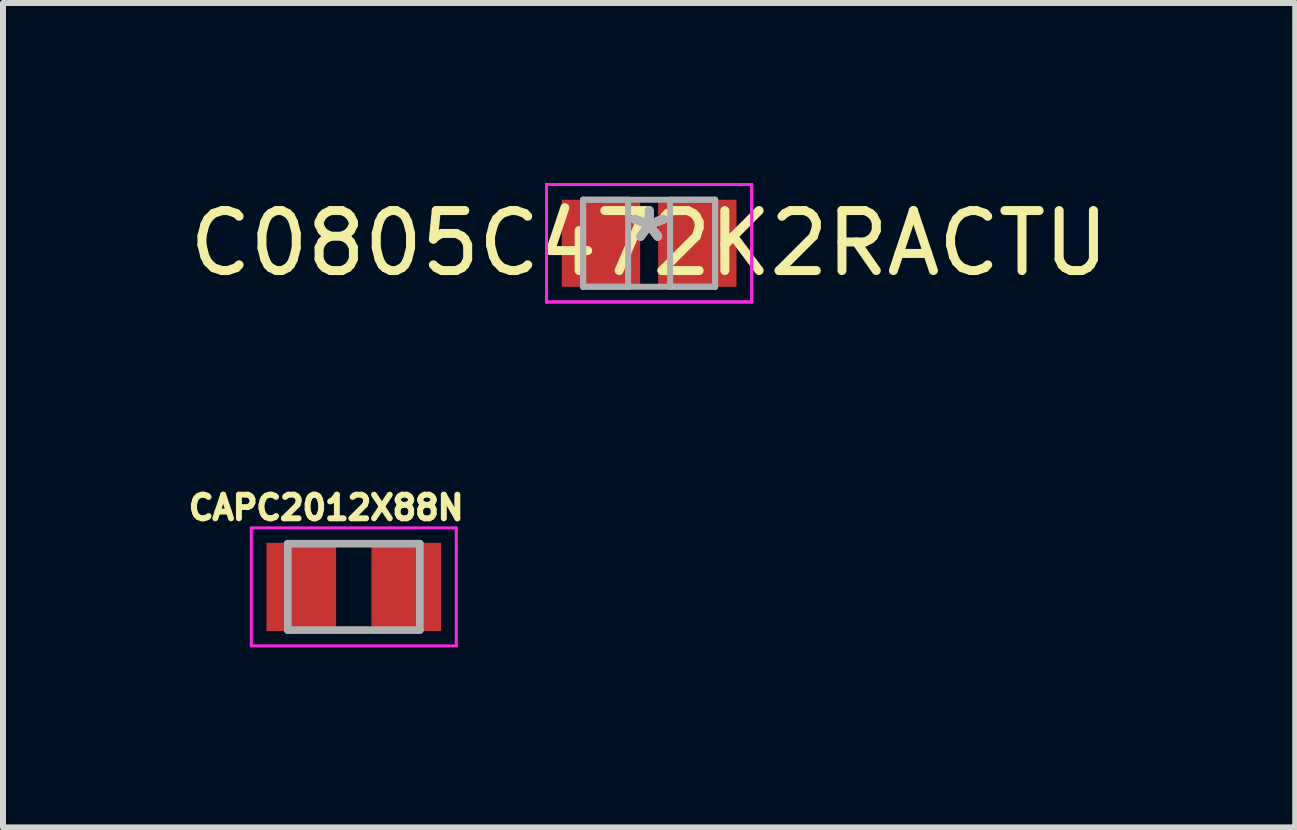
<source format=kicad_pcb>
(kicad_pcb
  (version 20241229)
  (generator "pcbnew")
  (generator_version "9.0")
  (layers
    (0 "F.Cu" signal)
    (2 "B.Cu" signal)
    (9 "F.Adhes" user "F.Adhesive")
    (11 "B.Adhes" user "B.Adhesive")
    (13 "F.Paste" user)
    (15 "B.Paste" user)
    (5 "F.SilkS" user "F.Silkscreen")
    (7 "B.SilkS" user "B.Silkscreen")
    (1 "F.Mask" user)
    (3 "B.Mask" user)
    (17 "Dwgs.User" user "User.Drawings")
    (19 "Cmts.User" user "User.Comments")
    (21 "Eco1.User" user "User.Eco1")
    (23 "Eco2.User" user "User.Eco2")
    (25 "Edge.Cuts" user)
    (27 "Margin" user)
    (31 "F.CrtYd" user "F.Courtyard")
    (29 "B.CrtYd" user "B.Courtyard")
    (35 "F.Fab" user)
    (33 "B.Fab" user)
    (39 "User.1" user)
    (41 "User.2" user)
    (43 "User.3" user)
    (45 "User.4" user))
  (footprint "CAPC2012X88N"
    (layer "F.Cu")
    (at 2.846 6.731)
    (property "Reference" "CAPC2012X88N" (at -0.46 -1.32 0) (layer "F.SilkS") (effects (font (size 0.394 0.394) (thickness 0.15))))
    (attr through_hole)
    (fp_line (start -1.708 -0.983) (end 1.708 -0.983) (stroke (width 0.05) (type solid)) (layer "F.CrtYd"))
    (fp_line (start -1.708 0.983) (end -1.708 -0.983) (stroke (width 0.05) (type solid)) (layer "F.CrtYd"))
    (fp_line (start -1.708 0.983) (end 1.708 0.983) (stroke (width 0.05) (type solid)) (layer "F.CrtYd"))
    (fp_line (start 1.708 0.983) (end 1.708 -0.983) (stroke (width 0.05) (type solid)) (layer "F.CrtYd"))
    (fp_line (start -1.1 0.72) (end -1.1 -0.72) (stroke (width 0.127) (type solid)) (layer "F.Fab"))
    (fp_line (start 1.1 -0.72) (end -1.1 -0.72) (stroke (width 0.127) (type solid)) (layer "F.Fab"))
    (fp_line (start 1.1 0.72) (end -1.1 0.72) (stroke (width 0.127) (type solid)) (layer "F.Fab"))
    (fp_line (start 1.1 0.72) (end 1.1 -0.72) (stroke (width 0.127) (type solid)) (layer "F.Fab"))
    (pad "1" smd rect (at -0.875 0) (size 1.16 1.47) (layers "F.Cu" "F.Mask" "F.Paste"))
    (pad "2" smd rect (at 0.875 0) (size 1.16 1.47) (layers "F.Cu" "F.Mask" "F.Paste")))
  (footprint "C0805C472K2RACTU"
    (layer "F.Cu")
    (at 7.768 1.004)
    (property "Reference" "C0805C472K2RACTU" (at 0 0 0) (layer "F.SilkS") (effects (font (size 1 1) (thickness 0.15))))
    (attr through_hole)
    (fp_line (start -1.71 -0.979) (end 1.71 -0.979) (stroke (width 0.05) (type solid)) (layer "F.CrtYd"))
    (fp_line (start -1.71 -0.979) (end 1.71 -0.979) (stroke (width 0.05) (type solid)) (layer "F.CrtYd"))
    (fp_line (start -1.71 0.979) (end -1.71 -0.979) (stroke (width 0.05) (type solid)) (layer "F.CrtYd"))
    (fp_line (start -1.71 0.979) (end -1.71 -0.979) (stroke (width 0.05) (type solid)) (layer "F.CrtYd"))
    (fp_line (start 1.71 -0.979) (end 1.71 0.979) (stroke (width 0.05) (type solid)) (layer "F.CrtYd"))
    (fp_line (start 1.71 -0.979) (end 1.71 0.979) (stroke (width 0.05) (type solid)) (layer "F.CrtYd"))
    (fp_line (start 1.71 0.979) (end -1.71 0.979) (stroke (width 0.05) (type solid)) (layer "F.CrtYd"))
    (fp_line (start 1.71 0.979) (end -1.71 0.979) (stroke (width 0.05) (type solid)) (layer "F.CrtYd"))
    (fp_line (start -1.1 -0.725) (end -1.1 0.725) (stroke (width 0.1) (type solid)) (layer "F.Fab"))
    (fp_line (start -1.1 -0.725) (end -1.1 0.725) (stroke (width 0.1) (type solid)) (layer "F.Fab"))
    (fp_line (start -1.1 0.725) (end -0.35 0.725) (stroke (width 0.1) (type solid)) (layer "F.Fab"))
    (fp_line (start -1.1 0.725) (end 1.1 0.725) (stroke (width 0.1) (type solid)) (layer "F.Fab"))
    (fp_line (start -0.35 -0.725) (end -1.1 -0.725) (stroke (width 0.1) (type solid)) (layer "F.Fab"))
    (fp_line (start -0.35 0.725) (end -0.35 -0.725) (stroke (width 0.1) (type solid)) (layer "F.Fab"))
    (fp_line (start 0.35 -0.725) (end 0.35 0.725) (stroke (width 0.1) (type solid)) (layer "F.Fab"))
    (fp_line (start 0.35 0.725) (end 1.1 0.725) (stroke (width 0.1) (type solid)) (layer "F.Fab"))
    (fp_line (start 1.1 -0.725) (end -1.1 -0.725) (stroke (width 0.1) (type solid)) (layer "F.Fab"))
    (fp_line (start 1.1 -0.725) (end 0.35 -0.725) (stroke (width 0.1) (type solid)) (layer "F.Fab"))
    (fp_line (start 1.1 0.725) (end 1.1 -0.725) (stroke (width 0.1) (type solid)) (layer "F.Fab"))
    (fp_line (start 1.1 0.725) (end 1.1 -0.725) (stroke (width 0.1) (type solid)) (layer "F.Fab"))
    (fp_text user "*" (at 0 0 0) (layer "F.SilkS") (effects (font (size 1 1) (thickness 0.15))))
    (fp_text user "*" (at 0 0 0) (layer "F.Fab") (effects (font (size 1 1) (thickness 0.15))))
    (pad "1" smd rect (at -0.803 0) (size 1.306 1.45) (layers "F.Cu" "F.Mask" "F.Paste"))
    (pad "2" smd rect (at 0.803 0) (size 1.306 1.45) (layers "F.Cu" "F.Mask" "F.Paste")))
  (gr_rect
    (start -3 -3)
    (end 18.536 10.739)
    (stroke (width 0.1) (type default))
    (fill no)
    (layer "Edge.Cuts")))
</source>
